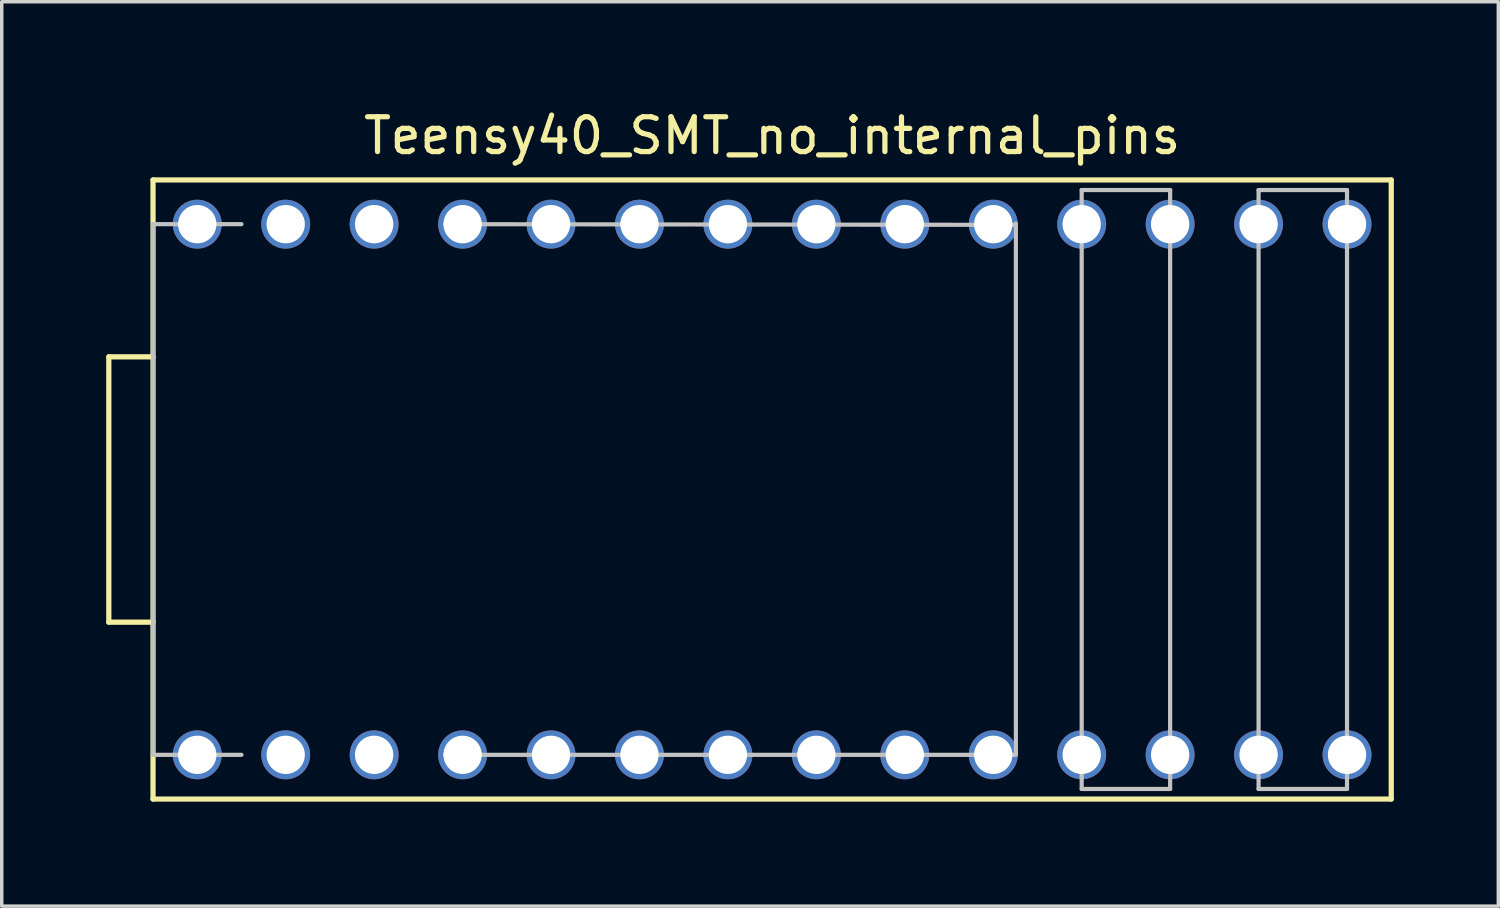
<source format=kicad_pcb>
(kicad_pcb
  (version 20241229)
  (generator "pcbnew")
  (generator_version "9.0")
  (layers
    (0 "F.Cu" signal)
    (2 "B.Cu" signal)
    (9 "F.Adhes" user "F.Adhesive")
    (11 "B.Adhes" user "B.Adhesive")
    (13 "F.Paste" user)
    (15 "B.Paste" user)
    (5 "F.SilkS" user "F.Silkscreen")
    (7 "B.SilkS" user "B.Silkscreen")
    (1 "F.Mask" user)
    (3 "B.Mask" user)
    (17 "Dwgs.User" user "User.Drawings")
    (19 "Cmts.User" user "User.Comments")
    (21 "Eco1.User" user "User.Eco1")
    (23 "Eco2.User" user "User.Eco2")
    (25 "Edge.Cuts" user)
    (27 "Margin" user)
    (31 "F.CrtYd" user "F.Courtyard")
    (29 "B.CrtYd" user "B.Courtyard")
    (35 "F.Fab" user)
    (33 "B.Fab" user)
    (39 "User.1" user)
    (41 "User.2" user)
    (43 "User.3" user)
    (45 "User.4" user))
  (footprint "Teensy40_SMT_no_internal_pins"
    (layer "F.Cu")
    (at 19.125 11.008)
    (property "Reference" "Teensy40_SMT_no_internal_pins" (at 0 -10.16 180) (layer "F.SilkS") (effects (font (size 1 1) (thickness 0.15))))
    (attr through_hole)
    (fp_line (start -19.05 -3.81) (end -19.05 3.81) (stroke (width 0.15) (type solid)) (layer "F.SilkS"))
    (fp_line (start -19.05 3.81) (end -17.78 3.81) (stroke (width 0.15) (type solid)) (layer "F.SilkS"))
    (fp_line (start -17.78 -8.89) (end -17.78 8.89) (stroke (width 0.15) (type solid)) (layer "F.SilkS"))
    (fp_line (start -17.78 -3.81) (end -19.05 -3.81) (stroke (width 0.15) (type solid)) (layer "F.SilkS"))
    (fp_line (start -17.78 8.89) (end 17.78 8.89) (stroke (width 0.15) (type solid)) (layer "F.SilkS"))
    (fp_line (start 17.78 -8.89) (end -17.78 -8.89) (stroke (width 0.15) (type solid)) (layer "F.SilkS"))
    (fp_line (start 17.78 8.89) (end 17.78 -8.89) (stroke (width 0.15) (type solid)) (layer "F.SilkS"))
    (fp_line (start -17.78 -7.62) (end -17.78 7.62) (stroke (width 0.12) (type solid)) (layer "Dwgs.User"))
    (fp_line (start -17.78 -7.62) (end -15.24 -7.62) (stroke (width 0.12) (type solid)) (layer "Dwgs.User"))
    (fp_line (start -17.78 7.62) (end -15.24 7.62) (stroke (width 0.12) (type solid)) (layer "Dwgs.User"))
    (fp_line (start -9.39 -7.62) (end 7 -7.6) (stroke (width 0.12) (type solid)) (layer "Dwgs.User"))
    (fp_line (start -9.39 7.62) (end 7 7.62) (stroke (width 0.12) (type solid)) (layer "Dwgs.User"))
    (fp_line (start 7 -7.64) (end 7 7.6) (stroke (width 0.12) (type solid)) (layer "Dwgs.User"))
    (fp_line (start 8.89 -8.6) (end 8.89 8.6) (stroke (width 0.12) (type solid)) (layer "Dwgs.User"))
    (fp_line (start 8.89 8.6) (end 11.43 8.6) (stroke (width 0.12) (type solid)) (layer "Dwgs.User"))
    (fp_line (start 11.43 -8.6) (end 8.89 -8.6) (stroke (width 0.12) (type solid)) (layer "Dwgs.User"))
    (fp_line (start 11.43 8.6) (end 11.43 -8.6) (stroke (width 0.12) (type solid)) (layer "Dwgs.User"))
    (fp_line (start 13.97 -8.6) (end 16.51 -8.6) (stroke (width 0.12) (type solid)) (layer "Dwgs.User"))
    (fp_line (start 13.97 8.6) (end 13.97 -8.6) (stroke (width 0.12) (type solid)) (layer "Dwgs.User"))
    (fp_line (start 16.51 -8.6) (end 16.51 8.6) (stroke (width 0.12) (type solid)) (layer "Dwgs.User"))
    (fp_line (start 16.51 8.6) (end 13.97 8.6) (stroke (width 0.12) (type solid)) (layer "Dwgs.User"))
    (pad "1" thru_hole circle (at -16.51 7.62) (size 1.404 1.404) (drill 1.1) (layers "*.Cu" "*.Mask"))
    (pad "2" thru_hole circle (at -13.97 7.62) (size 1.404 1.404) (drill 1.1) (layers "*.Cu" "*.Mask"))
    (pad "3" thru_hole circle (at -11.43 7.62) (size 1.404 1.404) (drill 1.1) (layers "*.Cu" "*.Mask"))
    (pad "4" thru_hole circle (at -8.89 7.62) (size 1.404 1.404) (drill 1.1) (layers "*.Cu" "*.Mask"))
    (pad "5" thru_hole circle (at -6.35 7.62) (size 1.404 1.404) (drill 1.1) (layers "*.Cu" "*.Mask"))
    (pad "6" thru_hole circle (at -3.81 7.62) (size 1.404 1.404) (drill 1.1) (layers "*.Cu" "*.Mask"))
    (pad "7" thru_hole circle (at -1.27 7.62) (size 1.404 1.404) (drill 1.1) (layers "*.Cu" "*.Mask"))
    (pad "8" thru_hole circle (at 1.27 7.62) (size 1.404 1.404) (drill 1.1) (layers "*.Cu" "*.Mask"))
    (pad "9" thru_hole circle (at 3.81 7.62) (size 1.404 1.404) (drill 1.1) (layers "*.Cu" "*.Mask"))
    (pad "10" thru_hole circle (at 6.35 7.62) (size 1.404 1.404) (drill 1.1) (layers "*.Cu" "*.Mask"))
    (pad "11" thru_hole circle (at 8.89 7.62) (size 1.404 1.404) (drill 1.1) (layers "*.Cu" "*.Mask"))
    (pad "12" thru_hole circle (at 11.43 7.62) (size 1.404 1.404) (drill 1.1) (layers "*.Cu" "*.Mask"))
    (pad "13" thru_hole circle (at 13.97 7.62) (size 1.404 1.404) (drill 1.1) (layers "*.Cu" "*.Mask"))
    (pad "14" thru_hole circle (at 16.51 7.62) (size 1.404 1.404) (drill 1.1) (layers "*.Cu" "*.Mask"))
    (pad "20" thru_hole circle (at 16.51 -7.62) (size 1.404 1.404) (drill 1.1) (layers "*.Cu" "*.Mask"))
    (pad "21" thru_hole circle (at 13.97 -7.62) (size 1.404 1.404) (drill 1.1) (layers "*.Cu" "*.Mask"))
    (pad "22" thru_hole circle (at 11.43 -7.62) (size 1.404 1.404) (drill 1.1) (layers "*.Cu" "*.Mask"))
    (pad "23" thru_hole circle (at 8.89 -7.62) (size 1.404 1.404) (drill 1.1) (layers "*.Cu" "*.Mask"))
    (pad "24" thru_hole circle (at 6.35 -7.62) (size 1.404 1.404) (drill 1.1) (layers "*.Cu" "*.Mask"))
    (pad "25" thru_hole circle (at 3.81 -7.62) (size 1.404 1.404) (drill 1.1) (layers "*.Cu" "*.Mask"))
    (pad "26" thru_hole circle (at 1.27 -7.62) (size 1.404 1.404) (drill 1.1) (layers "*.Cu" "*.Mask"))
    (pad "27" thru_hole circle (at -1.27 -7.62) (size 1.404 1.404) (drill 1.1) (layers "*.Cu" "*.Mask"))
    (pad "28" thru_hole circle (at -3.81 -7.62) (size 1.404 1.404) (drill 1.1) (layers "*.Cu" "*.Mask"))
    (pad "29" thru_hole circle (at -6.35 -7.62) (size 1.404 1.404) (drill 1.1) (layers "*.Cu" "*.Mask"))
    (pad "30" thru_hole circle (at -8.89 -7.62) (size 1.404 1.404) (drill 1.1) (layers "*.Cu" "*.Mask"))
    (pad "31" thru_hole circle (at -11.43 -7.62) (size 1.404 1.404) (drill 1.1) (layers "*.Cu" "*.Mask"))
    (pad "32" thru_hole circle (at -13.97 -7.62) (size 1.404 1.404) (drill 1.1) (layers "*.Cu" "*.Mask"))
    (pad "33" thru_hole circle (at -16.51 -7.62) (size 1.404 1.404) (drill 1.1) (layers "*.Cu" "*.Mask")))
  (gr_rect
    (start -3 -3)
    (end 39.98 22.973)
    (stroke (width 0.1) (type default))
    (fill no)
    (layer "Edge.Cuts")))
</source>
